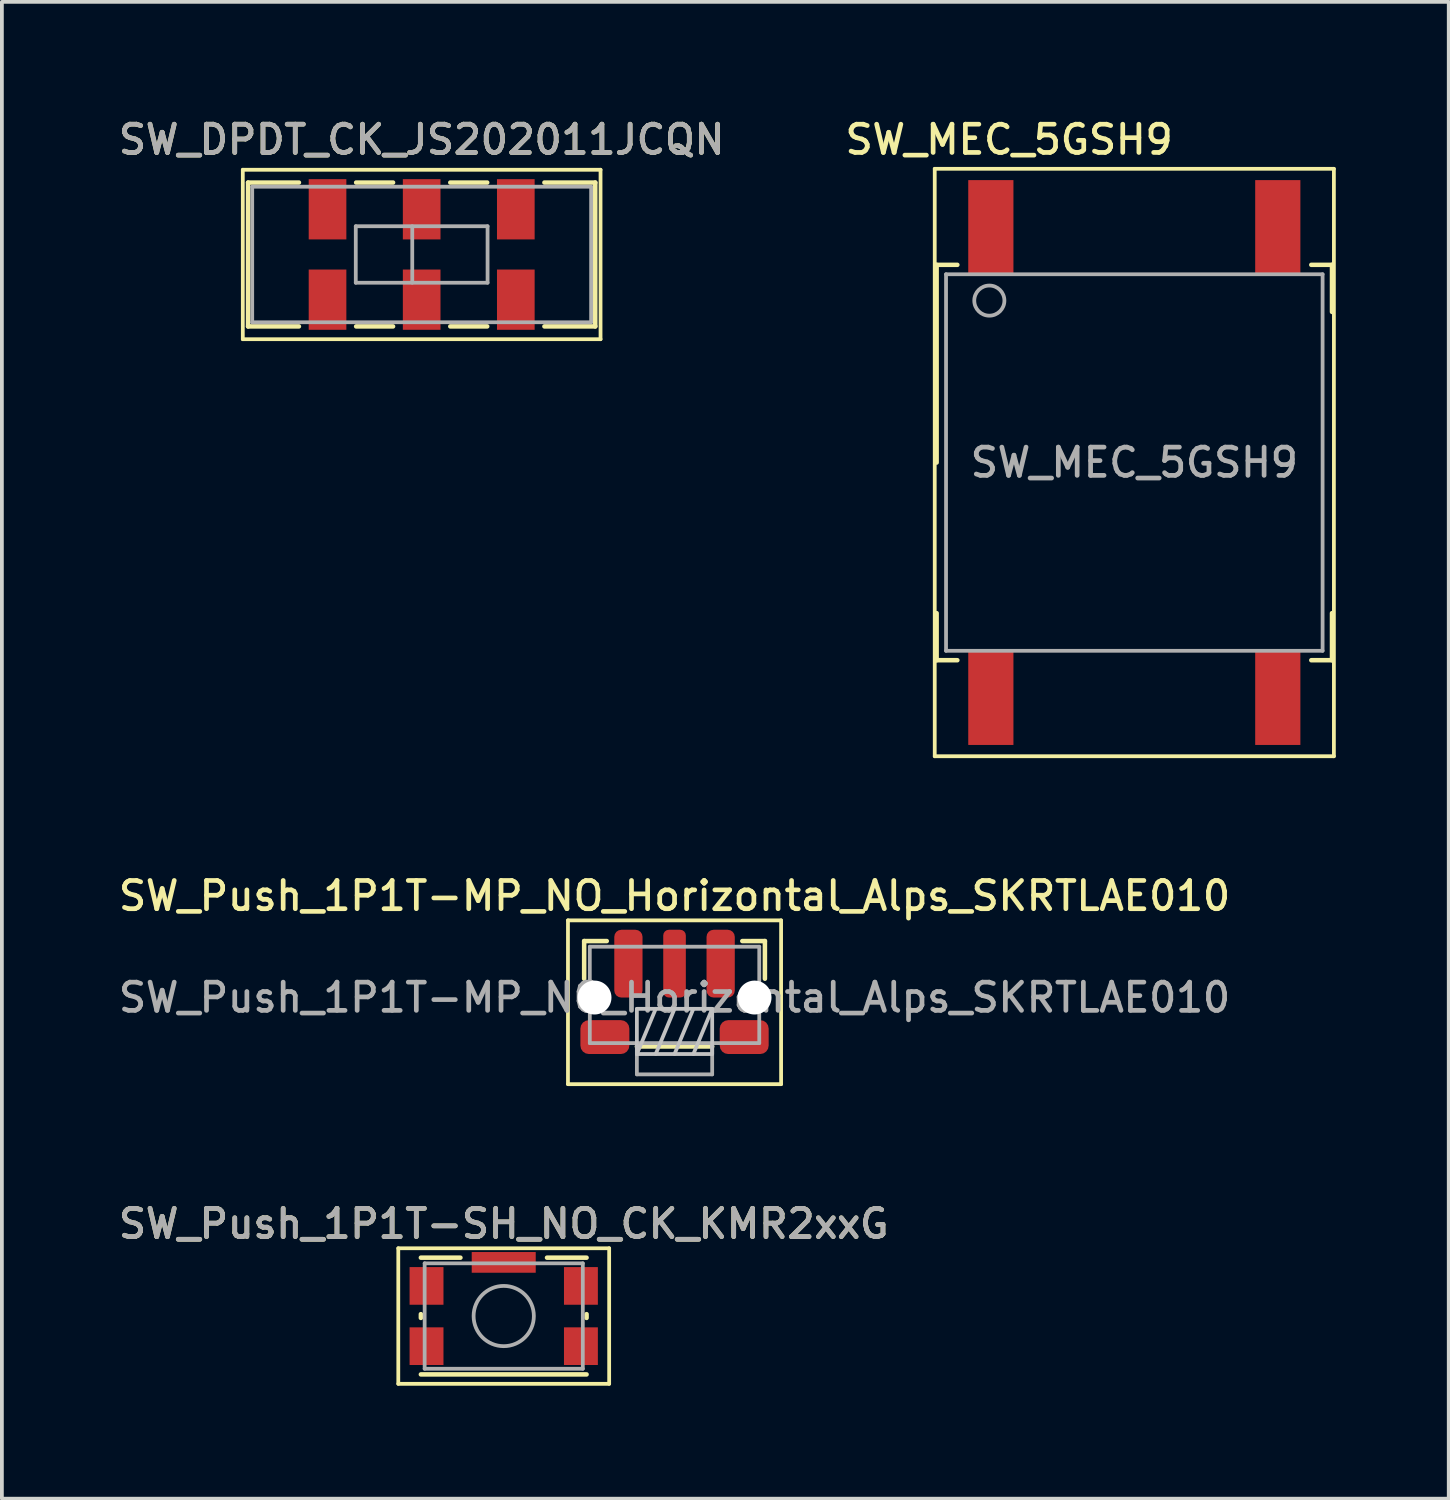
<source format=kicad_pcb>
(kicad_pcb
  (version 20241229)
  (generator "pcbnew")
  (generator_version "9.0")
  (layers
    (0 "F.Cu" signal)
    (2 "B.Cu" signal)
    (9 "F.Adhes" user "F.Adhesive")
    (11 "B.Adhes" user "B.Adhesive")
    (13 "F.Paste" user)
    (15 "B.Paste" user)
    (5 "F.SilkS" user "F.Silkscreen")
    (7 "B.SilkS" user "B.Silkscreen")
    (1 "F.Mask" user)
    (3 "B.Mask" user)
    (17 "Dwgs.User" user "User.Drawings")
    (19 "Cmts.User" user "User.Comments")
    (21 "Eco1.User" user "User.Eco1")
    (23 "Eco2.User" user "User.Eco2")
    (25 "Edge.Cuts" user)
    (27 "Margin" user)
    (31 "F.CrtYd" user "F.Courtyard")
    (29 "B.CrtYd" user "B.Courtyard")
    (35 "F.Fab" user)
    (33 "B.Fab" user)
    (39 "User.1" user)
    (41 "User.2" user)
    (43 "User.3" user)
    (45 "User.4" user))
  (footprint "SW_Push_1P1T-SH_NO_CK_KMR2xxG"
    (layer "F.Cu")
    (at 10.327 31.899)
    (property "Reference" "SW_Push_1P1T-SH_NO_CK_KMR2xxG" (at 0 -2.45 0) (layer "F.SilkS") (effects (font (size 0.75 0.75) (thickness 0.125))))
    (attr smd)
    (fp_line (start -2.8 -1.8) (end 2.8 -1.8) (stroke (width 0.1) (type solid)) (layer "F.SilkS"))
    (fp_line (start -2.8 1.8) (end -2.8 -1.8) (stroke (width 0.1) (type solid)) (layer "F.SilkS"))
    (fp_line (start -2.2 0.05) (end -2.2 -0.05) (stroke (width 0.12) (type solid)) (layer "F.SilkS"))
    (fp_line (start -2.2 1.55) (end 2.2 1.55) (stroke (width 0.12) (type solid)) (layer "F.SilkS"))
    (fp_line (start -1.15 -1.55) (end -2.2 -1.55) (stroke (width 0.12) (type solid)) (layer "F.SilkS"))
    (fp_line (start 2.2 -1.55) (end 1.15 -1.55) (stroke (width 0.12) (type solid)) (layer "F.SilkS"))
    (fp_line (start 2.2 0.05) (end 2.2 -0.05) (stroke (width 0.12) (type solid)) (layer "F.SilkS"))
    (fp_line (start 2.8 -1.8) (end 2.8 1.8) (stroke (width 0.1) (type solid)) (layer "F.SilkS"))
    (fp_line (start 2.8 1.8) (end -2.8 1.8) (stroke (width 0.1) (type solid)) (layer "F.SilkS"))
    (fp_line (start -2.1 -1.4) (end 2.1 -1.4) (stroke (width 0.1) (type solid)) (layer "F.Fab"))
    (fp_line (start -2.1 1.4) (end -2.1 -1.4) (stroke (width 0.1) (type solid)) (layer "F.Fab"))
    (fp_line (start 2.1 -1.4) (end 2.1 1.4) (stroke (width 0.1) (type solid)) (layer "F.Fab"))
    (fp_line (start 2.1 1.4) (end -2.1 1.4) (stroke (width 0.1) (type solid)) (layer "F.Fab"))
    (fp_circle (center 0 0) (end 0 0.8) (stroke (width 0.1) (type solid)) (fill no) (layer "F.Fab"))
    (fp_text user "${REFERENCE}" (at 0 -2.45 0) (layer "F.Fab") (effects (font (size 0.75 0.75) (thickness 0.125))))
    (pad "1" smd rect (at -2.05 -0.8) (size 0.9 1) (layers "F.Cu" "F.Mask" "F.Paste"))
    (pad "1" smd rect (at 2.05 -0.8) (size 0.9 1) (layers "F.Cu" "F.Mask" "F.Paste"))
    (pad "2" smd rect (at -2.05 0.8) (size 0.9 1) (layers "F.Cu" "F.Mask" "F.Paste"))
    (pad "2" smd rect (at 2.05 0.8) (size 0.9 1) (layers "F.Cu" "F.Mask" "F.Paste"))
    (pad "SH" smd rect (at 0 -1.425) (size 1.7 0.55) (layers "F.Cu" "F.Mask" "F.Paste")))
  (footprint "SW_Push_1P1T-MP_NO_Horizontal_Alps_SKRTLAE010"
    (layer "F.Cu")
    (at 14.863 23.441)
    (property "Reference" "SW_Push_1P1T-MP_NO_Horizontal_Alps_SKRTLAE010" (at 0 -2.7 180) (layer "F.SilkS") (effects (font (size 0.75 0.75) (thickness 0.125))))
    (attr smd)
    (fp_line (start -2.83 -2.05) (end -2.83 2.3) (stroke (width 0.1) (type solid)) (layer "F.SilkS"))
    (fp_line (start -2.83 -2.05) (end 2.83 -2.05) (stroke (width 0.1) (type solid)) (layer "F.SilkS"))
    (fp_line (start -2.83 2.3) (end 2.83 2.3) (stroke (width 0.1) (type solid)) (layer "F.SilkS"))
    (fp_line (start -2.4 -1.5) (end -2.4 -0.5) (stroke (width 0.12) (type solid)) (layer "F.SilkS"))
    (fp_line (start -1.8 -1.5) (end -2.4 -1.5) (stroke (width 0.12) (type solid)) (layer "F.SilkS"))
    (fp_line (start -1 1.3) (end 1 1.3) (stroke (width 0.12) (type solid)) (layer "F.SilkS"))
    (fp_line (start 1.8 -1.5) (end 2.4 -1.5) (stroke (width 0.12) (type solid)) (layer "F.SilkS"))
    (fp_line (start 2.4 -1.5) (end 2.4 -0.5) (stroke (width 0.12) (type solid)) (layer "F.SilkS"))
    (fp_line (start 2.83 -2.05) (end 2.83 2.3) (stroke (width 0.1) (type solid)) (layer "F.SilkS"))
    (fp_line (start -1 0.3) (end -1 1.5) (stroke (width 0.1) (type solid)) (layer "Dwgs.User"))
    (fp_line (start -1 1.5) (end -0.5 0.3) (stroke (width 0.1) (type solid)) (layer "Dwgs.User"))
    (fp_line (start -1 1.5) (end 1 1.5) (stroke (width 0.1) (type solid)) (layer "Dwgs.User"))
    (fp_line (start -0.5 1.5) (end 0 0.3) (stroke (width 0.1) (type solid)) (layer "Dwgs.User"))
    (fp_line (start 0 1.5) (end 0.5 0.3) (stroke (width 0.1) (type solid)) (layer "Dwgs.User"))
    (fp_line (start 0.5 1.5) (end 1 0.3) (stroke (width 0.1) (type solid)) (layer "Dwgs.User"))
    (fp_line (start 1 0.3) (end -1 0.3) (stroke (width 0.1) (type solid)) (layer "Dwgs.User"))
    (fp_line (start 1 1.5) (end 1 0.3) (stroke (width 0.1) (type solid)) (layer "Dwgs.User"))
    (fp_line (start -2.25 -1.35) (end -2.25 1.21) (stroke (width 0.1) (type solid)) (layer "F.Fab"))
    (fp_line (start -2.25 -1.35) (end 2.25 -1.35) (stroke (width 0.1) (type solid)) (layer "F.Fab"))
    (fp_line (start -2.25 1.21) (end 2.25 1.21) (stroke (width 0.1) (type solid)) (layer "F.Fab"))
    (fp_line (start -1 2.04) (end -1 1.21) (stroke (width 0.1) (type solid)) (layer "F.Fab"))
    (fp_line (start -1 2.04) (end 1 2.04) (stroke (width 0.1) (type solid)) (layer "F.Fab"))
    (fp_line (start 1 2.04) (end 1 1.21) (stroke (width 0.1) (type solid)) (layer "F.Fab"))
    (fp_line (start 2.25 -1.35) (end 2.25 1.21) (stroke (width 0.1) (type solid)) (layer "F.Fab"))
    (fp_text user "${REFERENCE}" (at 0 0 0) (layer "F.Fab") (effects (font (size 0.75 0.75) (thickness 0.125))))
    (pad "" np_thru_hole circle (at -2.125 0) (size 0.9 0.9) (drill 0.9) (layers "*.Cu" "*.Mask"))
    (pad "" np_thru_hole circle (at 2.125 0) (size 0.9 0.9) (drill 0.9) (layers "*.Cu" "*.Mask"))
    (pad "1" smd roundrect (at -1.225 -0.9) (size 0.75 1.8) (layers "F.Cu" "F.Mask" "F.Paste") (roundrect_rratio 0.25))
    (pad "1" smd roundrect (at 1.225 -0.9) (size 0.75 1.8) (layers "F.Cu" "F.Mask" "F.Paste") (roundrect_rratio 0.25))
    (pad "2" smd roundrect (at 0 -0.9) (size 0.6 1.8) (layers "F.Cu" "F.Mask" "F.Paste") (roundrect_rratio 0.25))
    (pad "MP" smd roundrect (at -1.85 1.05) (size 1.3 0.9) (layers "F.Cu" "F.Mask" "F.Paste") (roundrect_rratio 0.25))
    (pad "MP" smd roundrect (at 1.85 1.05) (size 1.3 0.9) (layers "F.Cu" "F.Mask" "F.Paste") (roundrect_rratio 0.25)))
  (footprint "SW_MEC_5GSH9"
    (layer "F.Cu")
    (at 27.073 9.233)
    (property "Reference" "SW_MEC_5GSH9" (at -3.325 -8.575 180) (layer "F.SilkS") (effects (font (size 0.75 0.75) (thickness 0.125))))
    (attr smd)
    (fp_line (start -5.3 -7.8) (end 5.3 -7.8) (stroke (width 0.1) (type solid)) (layer "F.SilkS"))
    (fp_line (start -5.3 7.8) (end -5.3 -7.8) (stroke (width 0.1) (type solid)) (layer "F.SilkS"))
    (fp_line (start -5.25 -5.25) (end -5.25 0) (stroke (width 0.12) (type solid)) (layer "F.SilkS"))
    (fp_line (start -5.25 5.25) (end -5.25 4) (stroke (width 0.12) (type solid)) (layer "F.SilkS"))
    (fp_line (start -4.7 -5.25) (end -5.25 -5.25) (stroke (width 0.12) (type solid)) (layer "F.SilkS"))
    (fp_line (start -4.7 5.25) (end -5.25 5.25) (stroke (width 0.12) (type solid)) (layer "F.SilkS"))
    (fp_line (start 4.7 -5.25) (end 5.25 -5.25) (stroke (width 0.12) (type solid)) (layer "F.SilkS"))
    (fp_line (start 4.7 5.25) (end 5.25 5.25) (stroke (width 0.12) (type solid)) (layer "F.SilkS"))
    (fp_line (start 5.25 -5.25) (end 5.25 -4) (stroke (width 0.12) (type solid)) (layer "F.SilkS"))
    (fp_line (start 5.25 5.25) (end 5.25 4) (stroke (width 0.12) (type solid)) (layer "F.SilkS"))
    (fp_line (start 5.3 -7.8) (end 5.3 7.8) (stroke (width 0.1) (type solid)) (layer "F.SilkS"))
    (fp_line (start 5.3 7.8) (end -5.3 7.8) (stroke (width 0.1) (type solid)) (layer "F.SilkS"))
    (fp_line (start -5 -5) (end 5 -5) (stroke (width 0.1) (type solid)) (layer "F.Fab"))
    (fp_line (start -5 5) (end -5 -5) (stroke (width 0.1) (type solid)) (layer "F.Fab"))
    (fp_line (start 5 -5) (end 5 5) (stroke (width 0.1) (type solid)) (layer "F.Fab"))
    (fp_line (start 5 5) (end -5 5) (stroke (width 0.1) (type solid)) (layer "F.Fab"))
    (fp_circle (center -3.85 -4.3) (end -3.85 -4.7) (stroke (width 0.1) (type solid)) (fill no) (layer "F.Fab"))
    (fp_text user "${REFERENCE}" (at 0 0 0) (layer "F.Fab") (effects (font (size 0.75 0.75) (thickness 0.125))))
    (pad "1" smd rect (at -3.81 -6.25 90) (size 2.5 1.2) (layers "F.Cu" "F.Mask" "F.Paste"))
    (pad "2" smd rect (at -3.81 6.25 90) (size 2.5 1.2) (layers "F.Cu" "F.Mask" "F.Paste"))
    (pad "3" smd rect (at 3.81 -6.25 90) (size 2.5 1.2) (layers "F.Cu" "F.Mask" "F.Paste"))
    (pad "4" smd rect (at 3.81 6.25 90) (size 2.5 1.2) (layers "F.Cu" "F.Mask" "F.Paste")))
  (footprint "SW_DPDT_CK_JS202011JCQN"
    (layer "F.Cu")
    (at 8.148 3.708)
    (property "Reference" "SW_DPDT_CK_JS202011JCQN" (at 0 -3.05 0) (layer "F.SilkS") (effects (font (size 0.75 0.75) (thickness 0.125))))
    (attr smd)
    (fp_line (start -4.75 -2.25) (end -4.75 2.25) (stroke (width 0.1) (type solid)) (layer "F.SilkS"))
    (fp_line (start -4.75 -2.25) (end 4.75 -2.25) (stroke (width 0.1) (type solid)) (layer "F.SilkS"))
    (fp_line (start -4.61 -1.91) (end -4.61 1.91) (stroke (width 0.12) (type solid)) (layer "F.SilkS"))
    (fp_line (start -4.61 1.91) (end -3.26 1.91) (stroke (width 0.12) (type solid)) (layer "F.SilkS"))
    (fp_line (start -3.26 -1.91) (end -4.61 -1.91) (stroke (width 0.12) (type solid)) (layer "F.SilkS"))
    (fp_line (start -0.76 -1.91) (end -1.74 -1.91) (stroke (width 0.12) (type solid)) (layer "F.SilkS"))
    (fp_line (start -0.76 1.91) (end -1.74 1.91) (stroke (width 0.12) (type solid)) (layer "F.SilkS"))
    (fp_line (start 1.74 -1.91) (end 0.76 -1.91) (stroke (width 0.12) (type solid)) (layer "F.SilkS"))
    (fp_line (start 1.74 1.91) (end 0.76 1.91) (stroke (width 0.12) (type solid)) (layer "F.SilkS"))
    (fp_line (start 4.61 -1.91) (end 3.26 -1.91) (stroke (width 0.12) (type solid)) (layer "F.SilkS"))
    (fp_line (start 4.61 -1.91) (end 4.61 1.91) (stroke (width 0.12) (type solid)) (layer "F.SilkS"))
    (fp_line (start 4.61 1.91) (end 3.26 1.91) (stroke (width 0.12) (type solid)) (layer "F.SilkS"))
    (fp_line (start 4.75 -2.25) (end 4.75 2.25) (stroke (width 0.1) (type solid)) (layer "F.SilkS"))
    (fp_line (start 4.75 2.25) (end -4.75 2.25) (stroke (width 0.1) (type solid)) (layer "F.SilkS"))
    (fp_line (start -4.5 -1.8) (end 4.5 -1.8) (stroke (width 0.1) (type solid)) (layer "F.Fab"))
    (fp_line (start -4.5 1.8) (end -4.5 -1.8) (stroke (width 0.1) (type solid)) (layer "F.Fab"))
    (fp_line (start -1.75 -0.75) (end -1.75 0.75) (stroke (width 0.1) (type solid)) (layer "F.Fab"))
    (fp_line (start -1.75 -0.75) (end 1.75 -0.75) (stroke (width 0.1) (type solid)) (layer "F.Fab"))
    (fp_line (start -0.25 -0.75) (end -0.25 0.75) (stroke (width 0.1) (type solid)) (layer "F.Fab"))
    (fp_line (start 1.75 -0.75) (end 1.75 0.75) (stroke (width 0.1) (type solid)) (layer "F.Fab"))
    (fp_line (start 1.75 0.75) (end -1.75 0.75) (stroke (width 0.1) (type solid)) (layer "F.Fab"))
    (fp_line (start 4.5 -1.8) (end 4.5 1.8) (stroke (width 0.1) (type solid)) (layer "F.Fab"))
    (fp_line (start 4.5 1.8) (end -4.5 1.8) (stroke (width 0.1) (type solid)) (layer "F.Fab"))
    (fp_text user "${REFERENCE}" (at 0 -3.05 0) (layer "F.Fab") (effects (font (size 0.75 0.75) (thickness 0.125))))
    (pad "1" smd rect (at -2.5 -1.2) (size 1 1.6) (layers "F.Cu" "F.Mask" "F.Paste"))
    (pad "2" smd rect (at 0 -1.2) (size 1 1.6) (layers "F.Cu" "F.Mask" "F.Paste"))
    (pad "3" smd rect (at 2.5 -1.2) (size 1 1.6) (layers "F.Cu" "F.Mask" "F.Paste"))
    (pad "4" smd rect (at -2.5 1.2) (size 1 1.6) (layers "F.Cu" "F.Mask" "F.Paste"))
    (pad "5" smd rect (at 0 1.2) (size 1 1.6) (layers "F.Cu" "F.Mask" "F.Paste"))
    (pad "6" smd rect (at 2.5 1.2) (size 1 1.6) (layers "F.Cu" "F.Mask" "F.Paste")))
  (gr_rect
    (start -3 -3)
    (end 35.423 36.749)
    (stroke (width 0.1) (type default))
    (fill no)
    (layer "Edge.Cuts")))
</source>
